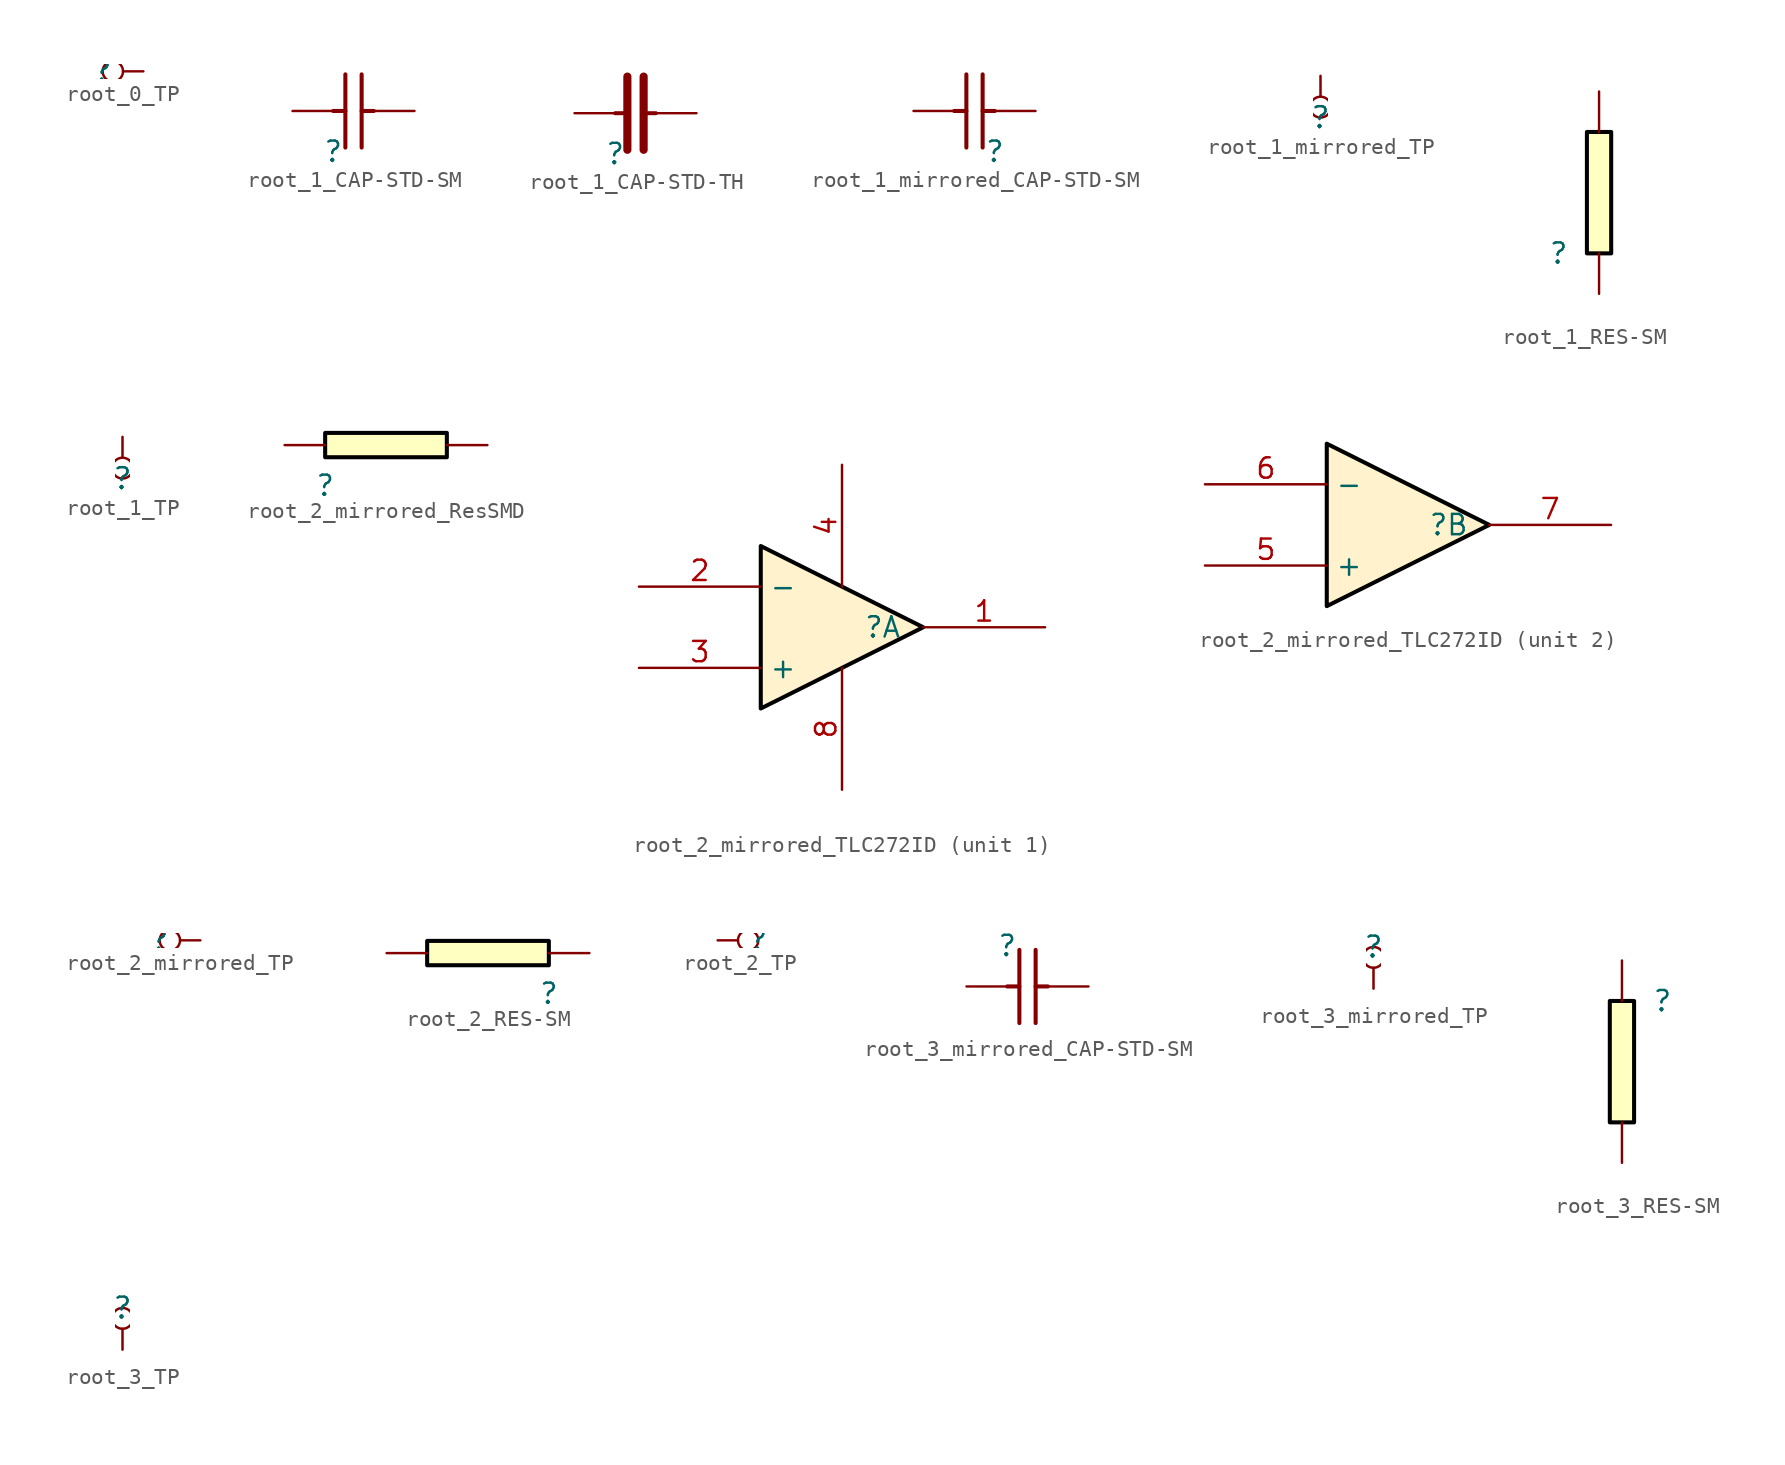
<source format=kicad_sym>
(kicad_symbol_lib
  (version 20231120)
  (generator "kicad_symbol_editor")
  (generator_version "8.0")
  (symbol "root_0_TP"
    (property "Reference" ""
      (at 0 0 0)
      (effects (font (size 1.27 1.27))))
    (property "Value" ""
      (at 0 0 0)
      (effects (font (size 1.27 1.27))))
    (symbol "root_0_TP_1_0"
      (pin passive inverted (at 2.54 0 180) (length 2.54) (name "0" (effects (font (size 0 0)))) (number "1" (effects (font (size 0 0)))))))
  (symbol "root_1_CAP-STD-SM"
    (property "Reference" ""
      (at 0 0 0)
      (effects (font (size 1.27 1.27))))
    (property "Value" ""
      (at 0 0 0)
      (effects (font (size 1.27 1.27))))
    (symbol "root_1_CAP-STD-SM_1_0"
      (polyline (pts (xy 0 2.54) (xy 0.762 2.54)) (stroke (width 0.254) (type solid)) (fill (type none)))
      (polyline (pts (xy 0.762 0.254) (xy 0.762 4.826)) (stroke (width 0.254) (type solid)) (fill (type none)))
      (polyline (pts (xy 1.778 0.254) (xy 1.778 4.826)) (stroke (width 0.254) (type solid)) (fill (type none)))
      (polyline (pts (xy 1.778 2.54) (xy 2.54 2.54)) (stroke (width 0.254) (type solid)) (fill (type none)))
      (pin passive line (at -2.54 2.54 0) (length 2.54) (name "" (effects (font (size 0 0)))) (number "1" (effects (font (size 0 0)))))
      (pin passive line (at 5.08 2.54 180) (length 2.54) (name "" (effects (font (size 0 0)))) (number "2" (effects (font (size 0 0)))))))
  (symbol "root_1_CAP-STD-TH"
    (property "Reference" ""
      (at 0 0 0)
      (effects (font (size 1.27 1.27))))
    (property "Value" ""
      (at 0 0 0)
      (effects (font (size 1.27 1.27))))
    (symbol "root_1_CAP-STD-TH_1_0"
      (polyline (pts (xy 0 2.54) (xy 0.762 2.54)) (stroke (width 0.254) (type solid)) (fill (type none)))
      (polyline (pts (xy 0.762 0.254) (xy 0.762 4.826)) (stroke (width 0.508) (type solid)) (fill (type none)))
      (polyline (pts (xy 1.778 0.254) (xy 1.778 4.826)) (stroke (width 0.508) (type solid)) (fill (type none)))
      (polyline (pts (xy 1.778 2.54) (xy 2.54 2.54)) (stroke (width 0.254) (type solid)) (fill (type none)))
      (pin passive line (at -2.54 2.54 0) (length 2.54) (name "" (effects (font (size 0 0)))) (number "1" (effects (font (size 0 0)))))
      (pin passive line (at 5.08 2.54 180) (length 2.54) (name "" (effects (font (size 0 0)))) (number "2" (effects (font (size 0 0)))))))
  (symbol "root_1_mirrored_CAP-STD-SM"
    (property "Reference" ""
      (at 0 0 0)
      (effects (font (size 1.27 1.27))))
    (property "Value" ""
      (at 0 0 0)
      (effects (font (size 1.27 1.27))))
    (symbol "root_1_mirrored_CAP-STD-SM_1_0"
      (polyline (pts (xy -1.778 0.254) (xy -1.778 4.826)) (stroke (width 0.254) (type solid)) (fill (type none)))
      (polyline (pts (xy -1.778 2.54) (xy -2.54 2.54)) (stroke (width 0.254) (type solid)) (fill (type none)))
      (polyline (pts (xy -0.762 0.254) (xy -0.762 4.826)) (stroke (width 0.254) (type solid)) (fill (type none)))
      (polyline (pts (xy 0 2.54) (xy -0.762 2.54)) (stroke (width 0.254) (type solid)) (fill (type none)))
      (pin passive line (at 2.54 2.54 180) (length 2.54) (name "" (effects (font (size 0 0)))) (number "1" (effects (font (size 0 0)))))
      (pin passive line (at -5.08 2.54 0) (length 2.54) (name "" (effects (font (size 0 0)))) (number "2" (effects (font (size 0 0)))))))
  (symbol "root_1_mirrored_TP"
    (property "Reference" ""
      (at 0 0 0)
      (effects (font (size 1.27 1.27))))
    (property "Value" ""
      (at 0 0 0)
      (effects (font (size 1.27 1.27))))
    (symbol "root_1_mirrored_TP_1_0"
      (pin passive inverted (at 0 2.54 270) (length 2.54) (name "0" (effects (font (size 0 0)))) (number "1" (effects (font (size 0 0)))))))
  (symbol "root_1_RES-SM"
    (property "Reference" ""
      (at 0 0 0)
      (effects (font (size 1.27 1.27))))
    (property "Value" ""
      (at 0 0 0)
      (effects (font (size 1.27 1.27))))
    (symbol "root_1_RES-SM_1_0"
      (rectangle (start 3.302 7.62) (end 1.778 0) (stroke (width 0.254) (type solid) (color 0 0 0 1)) (fill (type background)))
      (pin passive line (at 2.54 -2.54 90) (length 2.54) (name "" (effects (font (size 0 0)))) (number "1" (effects (font (size 0 0)))))
      (pin passive line (at 2.54 10.16 270) (length 2.54) (name "" (effects (font (size 0 0)))) (number "2" (effects (font (size 0 0)))))))
  (symbol "root_1_TP"
    (property "Reference" ""
      (at 0 0 0)
      (effects (font (size 1.27 1.27))))
    (property "Value" ""
      (at 0 0 0)
      (effects (font (size 1.27 1.27))))
    (symbol "root_1_TP_1_0"
      (pin passive inverted (at 0 2.54 270) (length 2.54) (name "0" (effects (font (size 0 0)))) (number "1" (effects (font (size 0 0)))))))
  (symbol "root_2_mirrored_ResSMD"
    (property "Reference" ""
      (at 0 0 0)
      (effects (font (size 1.27 1.27))))
    (property "Value" ""
      (at 0 0 0)
      (effects (font (size 1.27 1.27))))
    (symbol "root_2_mirrored_ResSMD_1_0"
      (rectangle (start 7.62 3.302) (end 0 1.778) (stroke (width 0.254) (type solid) (color 0 0 0 1)) (fill (type background)))
      (pin passive line (at -2.54 2.54 0) (length 2.54) (name "" (effects (font (size 0 0)))) (number "1" (effects (font (size 0 0)))))
      (pin passive line (at 10.16 2.54 180) (length 2.54) (name "" (effects (font (size 0 0)))) (number "2" (effects (font (size 0 0)))))))
  (symbol "root_2_mirrored_TLC272ID"
    (property "Reference" ""
      (at 0 0 0)
      (effects (font (size 1.27 1.27))))
    (property "Value" ""
      (at 0 0 0)
      (effects (font (size 1.27 1.27))))
    (symbol "root_2_mirrored_TLC272ID_1_0"
      (polyline (pts (xy -7.62 5.08) (xy 2.54 0) (xy -7.62 -5.08) (xy -7.62 5.08)) (stroke (width 0.254) (type solid) (color 0 0 0 1)) (fill (type color) (color 255 242 204 1)))
      (pin output line (at 10.16 0 180) (length 7.62) (name "1OUT" (effects (font (size 0 0)))) (number "1" (effects (font (size 1.27 1.27)))))
      (pin input line (at -15.24 2.54 0) (length 7.62) (name "-" (effects (font (size 1.27 1.27)))) (number "2" (effects (font (size 1.27 1.27)))))
      (pin input line (at -15.24 -2.54 0) (length 7.62) (name "+" (effects (font (size 1.27 1.27)))) (number "3" (effects (font (size 1.27 1.27)))))
      (pin power_in line (at -2.54 10.16 270) (length 7.62) (name "GND" (effects (font (size 0 0)))) (number "4" (effects (font (size 1.27 1.27)))))
      (pin power_in line (at -2.54 -10.16 90) (length 7.62) (name "VDD" (effects (font (size 0 0)))) (number "8" (effects (font (size 1.27 1.27))))))
    (symbol "root_2_mirrored_TLC272ID_2_0"
      (polyline (pts (xy -7.62 5.08) (xy 2.54 0) (xy -7.62 -5.08) (xy -7.62 5.08)) (stroke (width 0.254) (type solid) (color 0 0 0 1)) (fill (type color) (color 255 242 204 1)))
      (pin input line (at -15.24 -2.54 0) (length 7.62) (name "+" (effects (font (size 1.27 1.27)))) (number "5" (effects (font (size 1.27 1.27)))))
      (pin input line (at -15.24 2.54 0) (length 7.62) (name "-" (effects (font (size 1.27 1.27)))) (number "6" (effects (font (size 1.27 1.27)))))
      (pin output line (at 10.16 0 180) (length 7.62) (name "2OUT" (effects (font (size 0 0)))) (number "7" (effects (font (size 1.27 1.27)))))))
  (symbol "root_2_mirrored_TP"
    (property "Reference" ""
      (at 0 0 0)
      (effects (font (size 1.27 1.27))))
    (property "Value" ""
      (at 0 0 0)
      (effects (font (size 1.27 1.27))))
    (symbol "root_2_mirrored_TP_1_0"
      (pin passive inverted (at 2.54 0 180) (length 2.54) (name "0" (effects (font (size 0 0)))) (number "1" (effects (font (size 0 0)))))))
  (symbol "root_2_RES-SM"
    (property "Reference" ""
      (at 0 0 0)
      (effects (font (size 1.27 1.27))))
    (property "Value" ""
      (at 0 0 0)
      (effects (font (size 1.27 1.27))))
    (symbol "root_2_RES-SM_1_0"
      (rectangle (start 0 3.302) (end -7.62 1.778) (stroke (width 0.254) (type solid) (color 0 0 0 1)) (fill (type background)))
      (pin passive line (at 2.54 2.54 180) (length 2.54) (name "" (effects (font (size 0 0)))) (number "1" (effects (font (size 0 0)))))
      (pin passive line (at -10.16 2.54 0) (length 2.54) (name "" (effects (font (size 0 0)))) (number "2" (effects (font (size 0 0)))))))
  (symbol "root_2_TP"
    (property "Reference" ""
      (at 0 0 0)
      (effects (font (size 1.27 1.27))))
    (property "Value" ""
      (at 0 0 0)
      (effects (font (size 1.27 1.27))))
    (symbol "root_2_TP_1_0"
      (pin passive inverted (at -2.54 0 0) (length 2.54) (name "0" (effects (font (size 0 0)))) (number "1" (effects (font (size 0 0)))))))
  (symbol "root_3_mirrored_CAP-STD-SM"
    (property "Reference" ""
      (at 0 0 0)
      (effects (font (size 1.27 1.27))))
    (property "Value" ""
      (at 0 0 0)
      (effects (font (size 1.27 1.27))))
    (symbol "root_3_mirrored_CAP-STD-SM_1_0"
      (polyline (pts (xy 0 -2.54) (xy 0.762 -2.54)) (stroke (width 0.254) (type solid)) (fill (type none)))
      (polyline (pts (xy 0.762 -0.254) (xy 0.762 -4.826)) (stroke (width 0.254) (type solid)) (fill (type none)))
      (polyline (pts (xy 1.778 -2.54) (xy 2.54 -2.54)) (stroke (width 0.254) (type solid)) (fill (type none)))
      (polyline (pts (xy 1.778 -0.254) (xy 1.778 -4.826)) (stroke (width 0.254) (type solid)) (fill (type none)))
      (pin passive line (at -2.54 -2.54 0) (length 2.54) (name "" (effects (font (size 0 0)))) (number "1" (effects (font (size 0 0)))))
      (pin passive line (at 5.08 -2.54 180) (length 2.54) (name "" (effects (font (size 0 0)))) (number "2" (effects (font (size 0 0)))))))
  (symbol "root_3_mirrored_TP"
    (property "Reference" ""
      (at 0 0 0)
      (effects (font (size 1.27 1.27))))
    (property "Value" ""
      (at 0 0 0)
      (effects (font (size 1.27 1.27))))
    (symbol "root_3_mirrored_TP_1_0"
      (pin passive inverted (at 0 -2.54 90) (length 2.54) (name "0" (effects (font (size 0 0)))) (number "1" (effects (font (size 0 0)))))))
  (symbol "root_3_RES-SM"
    (property "Reference" ""
      (at 0 0 0)
      (effects (font (size 1.27 1.27))))
    (property "Value" ""
      (at 0 0 0)
      (effects (font (size 1.27 1.27))))
    (symbol "root_3_RES-SM_1_0"
      (rectangle (start -1.778 0) (end -3.302 -7.62) (stroke (width 0.254) (type solid) (color 0 0 0 1)) (fill (type background)))
      (pin passive line (at -2.54 2.54 270) (length 2.54) (name "" (effects (font (size 0 0)))) (number "1" (effects (font (size 0 0)))))
      (pin passive line (at -2.54 -10.16 90) (length 2.54) (name "" (effects (font (size 0 0)))) (number "2" (effects (font (size 0 0)))))))
  (symbol "root_3_TP"
    (property "Reference" ""
      (at 0 0 0)
      (effects (font (size 1.27 1.27))))
    (property "Value" ""
      (at 0 0 0)
      (effects (font (size 1.27 1.27))))
    (symbol "root_3_TP_1_0"
      (pin passive inverted (at 0 -2.54 90) (length 2.54) (name "0" (effects (font (size 0 0)))) (number "1" (effects (font (size 0 0))))))))
</source>
